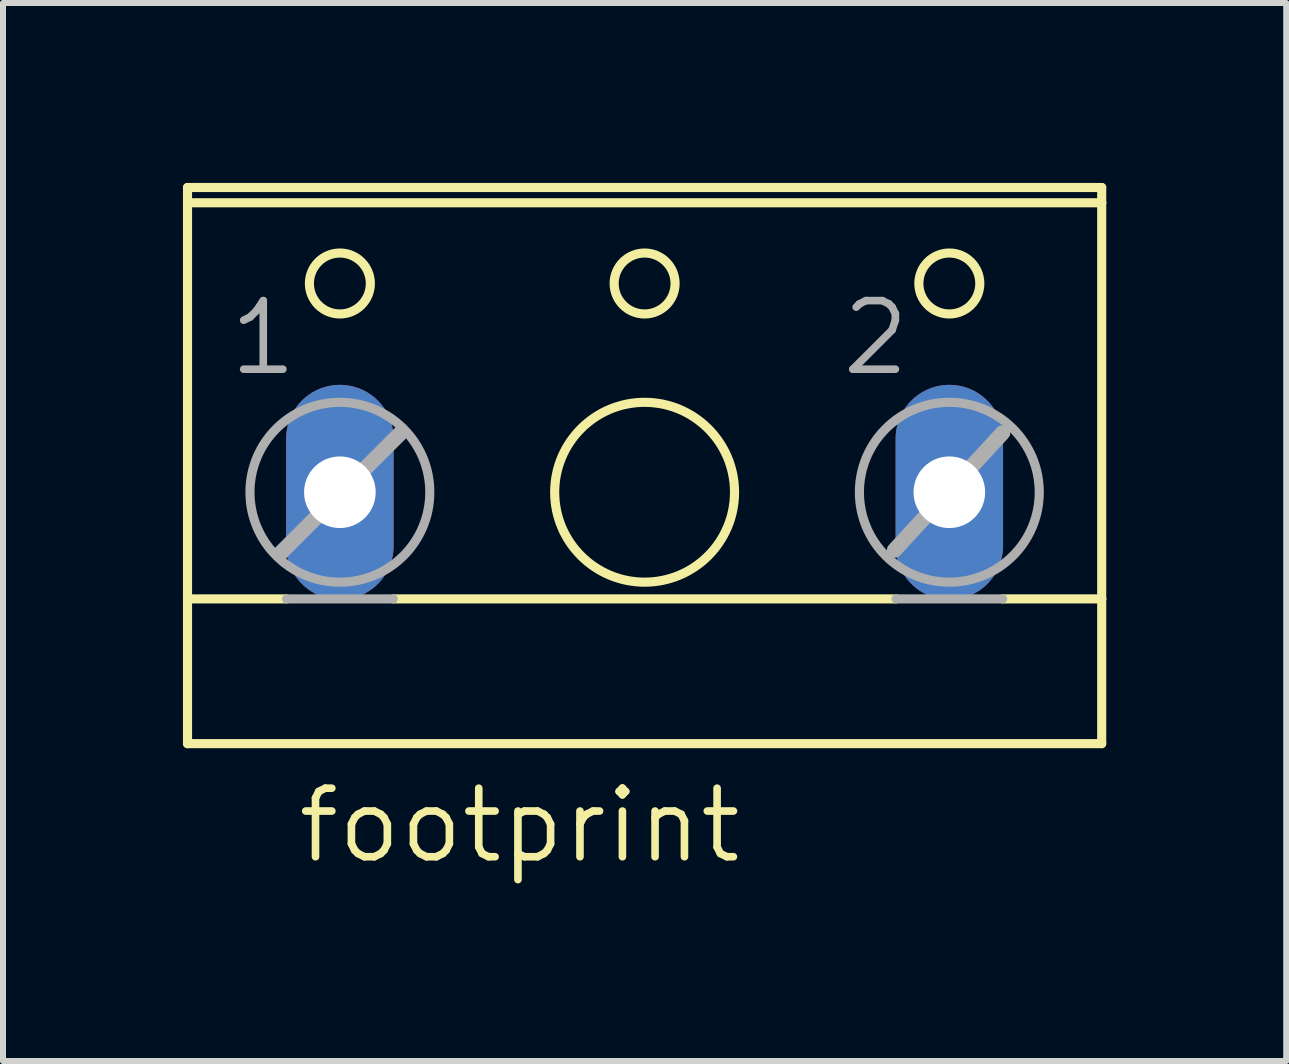
<source format=kicad_pcb>
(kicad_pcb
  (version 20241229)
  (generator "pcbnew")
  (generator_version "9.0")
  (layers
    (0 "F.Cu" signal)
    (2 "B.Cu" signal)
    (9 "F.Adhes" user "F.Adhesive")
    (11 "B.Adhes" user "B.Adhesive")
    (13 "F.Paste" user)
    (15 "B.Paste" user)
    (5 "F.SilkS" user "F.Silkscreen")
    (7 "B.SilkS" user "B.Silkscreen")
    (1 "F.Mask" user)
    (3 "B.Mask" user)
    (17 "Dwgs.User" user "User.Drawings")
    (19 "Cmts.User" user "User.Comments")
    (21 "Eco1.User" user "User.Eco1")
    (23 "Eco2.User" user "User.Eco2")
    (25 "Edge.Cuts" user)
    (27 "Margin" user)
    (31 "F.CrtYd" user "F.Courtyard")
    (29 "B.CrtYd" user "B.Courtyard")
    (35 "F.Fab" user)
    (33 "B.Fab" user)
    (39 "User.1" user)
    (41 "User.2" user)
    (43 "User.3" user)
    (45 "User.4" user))
  (footprint "footprint"
    (layer "F.Cu")
    (at 7.696 4.521)
    (property "Reference" "footprint" (at -5.842 6.858 0) (layer "F.SilkS") (effects (font (size 1.143 1.143) (thickness 0.127)) (justify left bottom)))
    (fp_line (start -7.62 -4.445) (end 7.62 -4.445) (stroke (width 0.152) (type solid)) (layer "F.SilkS"))
    (fp_line (start -7.62 -4.191) (end -7.62 -4.445) (stroke (width 0.152) (type solid)) (layer "F.SilkS"))
    (fp_line (start -7.62 2.413) (end -7.62 -4.191) (stroke (width 0.152) (type solid)) (layer "F.SilkS"))
    (fp_line (start -7.62 2.413) (end -5.969 2.413) (stroke (width 0.152) (type solid)) (layer "F.SilkS"))
    (fp_line (start -7.62 4.826) (end -7.62 2.413) (stroke (width 0.152) (type solid)) (layer "F.SilkS"))
    (fp_line (start -7.62 4.826) (end 7.62 4.826) (stroke (width 0.152) (type solid)) (layer "F.SilkS"))
    (fp_line (start -4.191 2.413) (end 4.191 2.413) (stroke (width 0.152) (type solid)) (layer "F.SilkS"))
    (fp_line (start 5.969 2.413) (end 7.62 2.413) (stroke (width 0.152) (type solid)) (layer "F.SilkS"))
    (fp_line (start 7.62 -4.191) (end -7.62 -4.191) (stroke (width 0.152) (type solid)) (layer "F.SilkS"))
    (fp_line (start 7.62 -4.191) (end 7.62 -4.445) (stroke (width 0.152) (type solid)) (layer "F.SilkS"))
    (fp_line (start 7.62 -4.191) (end 7.62 2.413) (stroke (width 0.152) (type solid)) (layer "F.SilkS"))
    (fp_line (start 7.62 2.413) (end 7.62 4.826) (stroke (width 0.152) (type solid)) (layer "F.SilkS"))
    (fp_circle (center -5.08 -2.845) (end -4.572 -2.845) (stroke (width 0.152) (type solid)) (fill no) (layer "F.SilkS"))
    (fp_circle (center 0 -2.845) (end 0.508 -2.845) (stroke (width 0.152) (type solid)) (fill no) (layer "F.SilkS"))
    (fp_circle (center 0 0.635) (end 1.499 0.635) (stroke (width 0.152) (type solid)) (fill no) (layer "F.SilkS"))
    (fp_circle (center 5.08 -2.845) (end 5.588 -2.845) (stroke (width 0.152) (type solid)) (fill no) (layer "F.SilkS"))
    (fp_line (start -6.071 1.651) (end -4.064 -0.356) (stroke (width 0.254) (type solid)) (layer "F.Fab"))
    (fp_line (start -5.969 2.413) (end -4.191 2.413) (stroke (width 0.152) (type solid)) (layer "F.Fab"))
    (fp_line (start 4.166 1.6) (end 5.969 -0.356) (stroke (width 0.254) (type solid)) (layer "F.Fab"))
    (fp_line (start 4.191 2.413) (end 5.969 2.413) (stroke (width 0.152) (type solid)) (layer "F.Fab"))
    (fp_circle (center -5.08 0.635) (end -3.581 0.635) (stroke (width 0.152) (type solid)) (fill no) (layer "F.Fab"))
    (fp_circle (center 5.08 0.635) (end 6.579 0.635) (stroke (width 0.152) (type solid)) (fill no) (layer "F.Fab"))
    (fp_text user "1" (at -6.985 -1.27 0) (layer "F.Fab") (effects (font (size 1.143 1.143) (thickness 0.127)) (justify left bottom)))
    (fp_text user "2" (at 3.226 -1.27 0) (layer "F.Fab") (effects (font (size 1.143 1.143) (thickness 0.127)) (justify left bottom)))
    (pad "1" thru_hole oval (at -5.08 0.635 90) (size 3.581 1.791) (drill 1.194) (layers "*.Cu" "*.Mask"))
    (pad "2" thru_hole oval (at 5.08 0.635 90) (size 3.581 1.791) (drill 1.194) (layers "*.Cu" "*.Mask")))
  (gr_rect
    (start -3 -3)
    (end 18.392 14.638)
    (stroke (width 0.1) (type default))
    (fill no)
    (layer "Edge.Cuts")))
</source>
